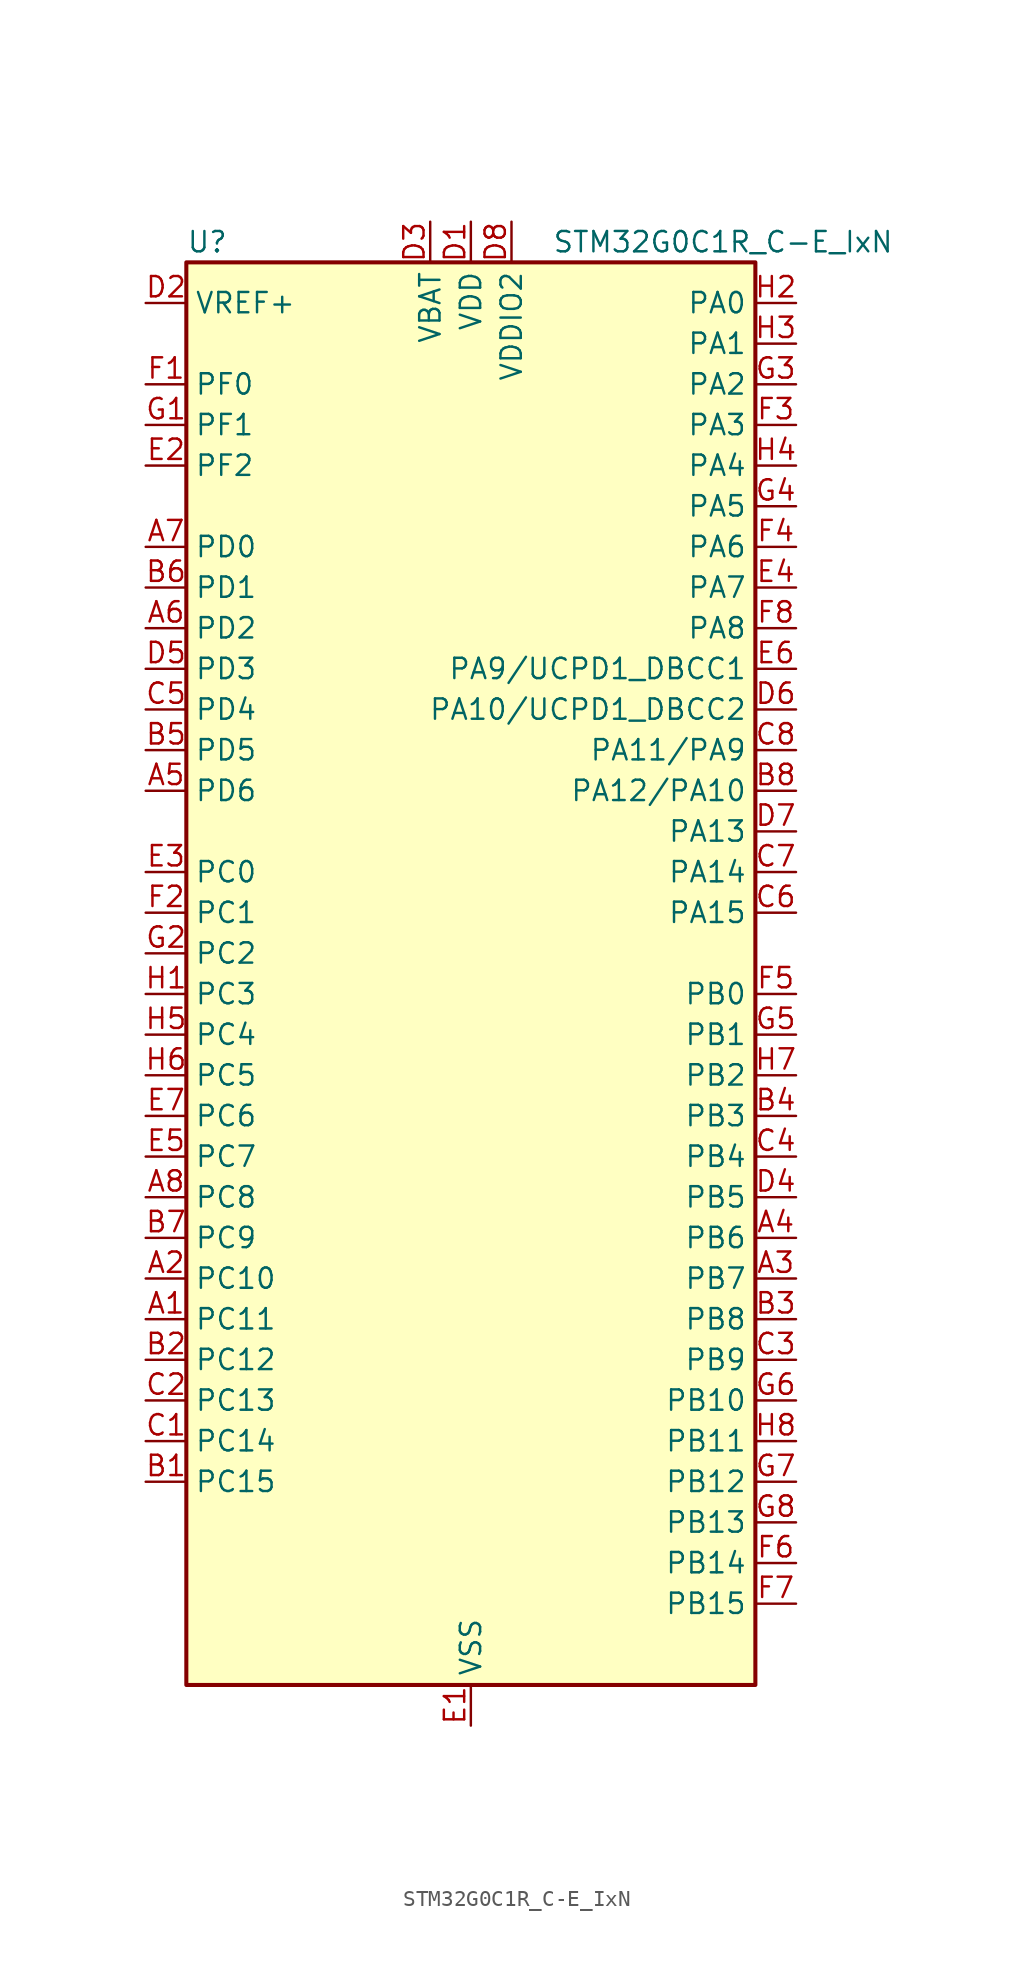
<source format=kicad_sym>
(kicad_symbol_lib
  (version 20220914)
  (generator kicad_symbol_editor)
  (symbol "STM32G0C1R_C-E_IxN"
    (property "Reference" "U"
      (at -17.78 46.99 0)
      (effects (font (size 1.27 1.27)) (justify left)))
    (property "Value" "STM32G0C1R_C-E_IxN"
      (at 5.08 46.99 0)
      (effects (font (size 1.27 1.27)) (justify left)))
    (property "ki_locked" ""
      (at 0 0 0)
      (effects (font (size 1.27 1.27))))
    (symbol "STM32G0C1R_C-E_IxN_0_1"
      (rectangle (start -17.78 -43.18) (end 17.78 45.72) (stroke (width 0.254) (type default)) (fill (type background))))
    (symbol "STM32G0C1R_C-E_IxN_1_1"
      (pin bidirectional line (at -20.32 -20.32 0) (length 2.54) (name "PC11" (effects (font (size 1.27 1.27)))) (number "A1" (effects (font (size 1.27 1.27)))) (alternate "ADC1_EXTI11" bidirectional line) (alternate "SPI3_MISO" bidirectional line) (alternate "TIM1_CH4" bidirectional line) (alternate "USART3_RX" bidirectional line) (alternate "USART4_RX" bidirectional line))
      (pin bidirectional line (at -20.32 -17.78 0) (length 2.54) (name "PC10" (effects (font (size 1.27 1.27)))) (number "A2" (effects (font (size 1.27 1.27)))) (alternate "SPI3_SCK" bidirectional line) (alternate "TIM1_CH3" bidirectional line) (alternate "USART3_TX" bidirectional line) (alternate "USART4_TX" bidirectional line))
      (pin bidirectional line (at 20.32 -17.78 180) (length 2.54) (name "PB7" (effects (font (size 1.27 1.27)))) (number "A3" (effects (font (size 1.27 1.27)))) (alternate "COMP2_INM" bidirectional line) (alternate "I2C1_SDA" bidirectional line) (alternate "I2S2_SD" bidirectional line) (alternate "LPTIM1_IN2" bidirectional line) (alternate "LPUART2_RX" bidirectional line) (alternate "SPI2_MOSI" bidirectional line) (alternate "SYS_PVD_IN" bidirectional line) (alternate "TIM17_CH1N" bidirectional line) (alternate "TIM4_CH2" bidirectional line) (alternate "USART1_RX" bidirectional line) (alternate "USART4_CTS" bidirectional line) (alternate "USART4_NSS" bidirectional line))
      (pin bidirectional line (at 20.32 -15.24 180) (length 2.54) (name "PB6" (effects (font (size 1.27 1.27)))) (number "A4" (effects (font (size 1.27 1.27)))) (alternate "COMP2_INP" bidirectional line) (alternate "FDCAN2_TX" bidirectional line) (alternate "I2C1_SCL" bidirectional line) (alternate "I2S2_MCK" bidirectional line) (alternate "LPTIM1_ETR" bidirectional line) (alternate "LPUART2_TX" bidirectional line) (alternate "SPI2_MISO" bidirectional line) (alternate "TIM16_CH1N" bidirectional line) (alternate "TIM1_CH3" bidirectional line) (alternate "TIM4_CH1" bidirectional line) (alternate "USART1_TX" bidirectional line) (alternate "USART5_CTS" bidirectional line) (alternate "USART5_NSS" bidirectional line))
      (pin bidirectional line (at -20.32 12.7 0) (length 2.54) (name "PD6" (effects (font (size 1.27 1.27)))) (number "A5" (effects (font (size 1.27 1.27)))) (alternate "I2S1_SD" bidirectional line) (alternate "LPTIM2_OUT" bidirectional line) (alternate "SPI1_MOSI" bidirectional line) (alternate "USART2_RX" bidirectional line))
      (pin bidirectional line (at -20.32 22.86 0) (length 2.54) (name "PD2" (effects (font (size 1.27 1.27)))) (number "A6" (effects (font (size 1.27 1.27)))) (alternate "TIM1_CH1N" bidirectional line) (alternate "TIM3_ETR" bidirectional line) (alternate "UCPD2_CC2" bidirectional line) (alternate "USART3_CK" bidirectional line) (alternate "USART3_DE" bidirectional line) (alternate "USART3_RTS" bidirectional line) (alternate "USART5_RX" bidirectional line))
      (pin bidirectional line (at -20.32 27.94 0) (length 2.54) (name "PD0" (effects (font (size 1.27 1.27)))) (number "A7" (effects (font (size 1.27 1.27)))) (alternate "FDCAN1_RX" bidirectional line) (alternate "I2S2_WS" bidirectional line) (alternate "SPI2_NSS" bidirectional line) (alternate "TIM16_CH1" bidirectional line) (alternate "UCPD2_CC1" bidirectional line))
      (pin bidirectional line (at -20.32 -12.7 0) (length 2.54) (name "PC8" (effects (font (size 1.27 1.27)))) (number "A8" (effects (font (size 1.27 1.27)))) (alternate "LPUART2_CTS" bidirectional line) (alternate "TIM1_CH1" bidirectional line) (alternate "TIM3_CH3" bidirectional line) (alternate "UCPD2_FRSTX1" bidirectional line) (alternate "UCPD2_FRSTX2" bidirectional line))
      (pin bidirectional line (at -20.32 -30.48 0) (length 2.54) (name "PC15" (effects (font (size 1.27 1.27)))) (number "B1" (effects (font (size 1.27 1.27)))) (alternate "RCC_OSC32_EN" bidirectional line) (alternate "RCC_OSC32_OUT" bidirectional line) (alternate "RCC_OSC_EN" bidirectional line) (alternate "TIM15_BK" bidirectional line))
      (pin bidirectional line (at -20.32 -22.86 0) (length 2.54) (name "PC12" (effects (font (size 1.27 1.27)))) (number "B2" (effects (font (size 1.27 1.27)))) (alternate "LPTIM1_IN1" bidirectional line) (alternate "SPI3_MOSI" bidirectional line) (alternate "TIM14_CH1" bidirectional line) (alternate "UCPD1_FRSTX1" bidirectional line) (alternate "UCPD1_FRSTX2" bidirectional line) (alternate "USART5_TX" bidirectional line))
      (pin bidirectional line (at 20.32 -20.32 180) (length 2.54) (name "PB8" (effects (font (size 1.27 1.27)))) (number "B3" (effects (font (size 1.27 1.27)))) (alternate "CEC" bidirectional line) (alternate "FDCAN1_RX" bidirectional line) (alternate "I2C1_SCL" bidirectional line) (alternate "I2S2_CK" bidirectional line) (alternate "SPI2_SCK" bidirectional line) (alternate "TIM15_BK" bidirectional line) (alternate "TIM16_CH1" bidirectional line) (alternate "TIM4_CH3" bidirectional line) (alternate "USART3_TX" bidirectional line) (alternate "USART6_TX" bidirectional line))
      (pin bidirectional line (at 20.32 -7.62 180) (length 2.54) (name "PB3" (effects (font (size 1.27 1.27)))) (number "B4" (effects (font (size 1.27 1.27)))) (alternate "COMP2_INM" bidirectional line) (alternate "I2C2_SCL" bidirectional line) (alternate "I2C3_SCL" bidirectional line) (alternate "I2S1_CK" bidirectional line) (alternate "SPI1_SCK" bidirectional line) (alternate "SPI3_SCK" bidirectional line) (alternate "TIM1_CH2" bidirectional line) (alternate "TIM2_CH2" bidirectional line) (alternate "USART1_CK" bidirectional line) (alternate "USART1_DE" bidirectional line) (alternate "USART1_RTS" bidirectional line) (alternate "USART5_TX" bidirectional line))
      (pin bidirectional line (at -20.32 15.24 0) (length 2.54) (name "PD5" (effects (font (size 1.27 1.27)))) (number "B5" (effects (font (size 1.27 1.27)))) (alternate "I2S1_MCK" bidirectional line) (alternate "SPI1_MISO" bidirectional line) (alternate "TIM1_BK" bidirectional line) (alternate "USART2_TX" bidirectional line) (alternate "USART5_CTS" bidirectional line) (alternate "USART5_NSS" bidirectional line))
      (pin bidirectional line (at -20.32 25.4 0) (length 2.54) (name "PD1" (effects (font (size 1.27 1.27)))) (number "B6" (effects (font (size 1.27 1.27)))) (alternate "FDCAN1_TX" bidirectional line) (alternate "I2S2_CK" bidirectional line) (alternate "SPI2_SCK" bidirectional line) (alternate "TIM17_CH1" bidirectional line) (alternate "UCPD2_DBCC1" bidirectional line))
      (pin bidirectional line (at -20.32 -15.24 0) (length 2.54) (name "PC9" (effects (font (size 1.27 1.27)))) (number "B7" (effects (font (size 1.27 1.27)))) (alternate "DAC1_EXTI9" bidirectional line) (alternate "I2S_CKIN" bidirectional line) (alternate "LPUART2_DE" bidirectional line) (alternate "LPUART2_RTS" bidirectional line) (alternate "TIM1_CH2" bidirectional line) (alternate "TIM3_CH4" bidirectional line) (alternate "USB_NOE" bidirectional line))
      (pin bidirectional line (at 20.32 12.7 180) (length 2.54) (name "PA12/PA10" (effects (font (size 1.27 1.27)))) (number "B8" (effects (font (size 1.27 1.27)))) (alternate "COMP2_OUT" bidirectional line) (alternate "FDCAN1_TX" bidirectional line) (alternate "I2C2_SDA" bidirectional line) (alternate "I2S1_SD" bidirectional line) (alternate "I2S_CKIN" bidirectional line) (alternate "SPI1_MOSI" bidirectional line) (alternate "TIM1_ETR" bidirectional line) (alternate "USART1_CK" bidirectional line) (alternate "USART1_DE" bidirectional line) (alternate "USART1_RTS" bidirectional line) (alternate "USB_DP" bidirectional line))
      (pin bidirectional line (at -20.32 -27.94 0) (length 2.54) (name "PC14" (effects (font (size 1.27 1.27)))) (number "C1" (effects (font (size 1.27 1.27)))) (alternate "RCC_OSC32_IN" bidirectional line) (alternate "TIM1_BK2" bidirectional line))
      (pin bidirectional line (at -20.32 -25.4 0) (length 2.54) (name "PC13" (effects (font (size 1.27 1.27)))) (number "C2" (effects (font (size 1.27 1.27)))) (alternate "RTC_OUT1" bidirectional line) (alternate "RTC_TAMP_IN1" bidirectional line) (alternate "RTC_TS" bidirectional line) (alternate "SYS_WKUP2" bidirectional line) (alternate "TIM1_BK" bidirectional line))
      (pin bidirectional line (at 20.32 -22.86 180) (length 2.54) (name "PB9" (effects (font (size 1.27 1.27)))) (number "C3" (effects (font (size 1.27 1.27)))) (alternate "DAC1_EXTI9" bidirectional line) (alternate "FDCAN1_TX" bidirectional line) (alternate "I2C1_SDA" bidirectional line) (alternate "I2S2_WS" bidirectional line) (alternate "IR_OUT" bidirectional line) (alternate "SPI2_NSS" bidirectional line) (alternate "TIM17_CH1" bidirectional line) (alternate "TIM4_CH4" bidirectional line) (alternate "UCPD2_FRSTX1" bidirectional line) (alternate "UCPD2_FRSTX2" bidirectional line) (alternate "USART3_RX" bidirectional line) (alternate "USART6_RX" bidirectional line))
      (pin bidirectional line (at 20.32 -10.16 180) (length 2.54) (name "PB4" (effects (font (size 1.27 1.27)))) (number "C4" (effects (font (size 1.27 1.27)))) (alternate "COMP2_INP" bidirectional line) (alternate "I2C2_SDA" bidirectional line) (alternate "I2C3_SDA" bidirectional line) (alternate "I2S1_MCK" bidirectional line) (alternate "SPI1_MISO" bidirectional line) (alternate "SPI3_MISO" bidirectional line) (alternate "TIM17_BK" bidirectional line) (alternate "TIM3_CH1" bidirectional line) (alternate "USART1_CTS" bidirectional line) (alternate "USART1_NSS" bidirectional line) (alternate "USART5_RX" bidirectional line))
      (pin bidirectional line (at -20.32 17.78 0) (length 2.54) (name "PD4" (effects (font (size 1.27 1.27)))) (number "C5" (effects (font (size 1.27 1.27)))) (alternate "I2S2_SD" bidirectional line) (alternate "SPI2_MOSI" bidirectional line) (alternate "TIM1_CH3N" bidirectional line) (alternate "USART2_CK" bidirectional line) (alternate "USART2_DE" bidirectional line) (alternate "USART2_RTS" bidirectional line) (alternate "USART5_CK" bidirectional line) (alternate "USART5_DE" bidirectional line) (alternate "USART5_RTS" bidirectional line))
      (pin bidirectional line (at 20.32 5.08 180) (length 2.54) (name "PA15" (effects (font (size 1.27 1.27)))) (number "C6" (effects (font (size 1.27 1.27)))) (alternate "I2C2_SMBA" bidirectional line) (alternate "I2S1_WS" bidirectional line) (alternate "RCC_MCO_2" bidirectional line) (alternate "SPI1_NSS" bidirectional line) (alternate "SPI3_NSS" bidirectional line) (alternate "TIM2_CH1" bidirectional line) (alternate "TIM2_ETR" bidirectional line) (alternate "USART2_RX" bidirectional line) (alternate "USART3_CK" bidirectional line) (alternate "USART3_DE" bidirectional line) (alternate "USART3_RTS" bidirectional line) (alternate "USART4_CK" bidirectional line) (alternate "USART4_DE" bidirectional line) (alternate "USART4_RTS" bidirectional line) (alternate "USB_NOE" bidirectional line))
      (pin bidirectional line (at 20.32 7.62 180) (length 2.54) (name "PA14" (effects (font (size 1.27 1.27)))) (number "C7" (effects (font (size 1.27 1.27)))) (alternate "LPUART2_TX" bidirectional line) (alternate "SYS_SWCLK" bidirectional line) (alternate "USART2_TX" bidirectional line))
      (pin bidirectional line (at 20.32 15.24 180) (length 2.54) (name "PA11/PA9" (effects (font (size 1.27 1.27)))) (number "C8" (effects (font (size 1.27 1.27)))) (alternate "ADC1_EXTI11" bidirectional line) (alternate "COMP1_OUT" bidirectional line) (alternate "FDCAN1_RX" bidirectional line) (alternate "I2C2_SCL" bidirectional line) (alternate "I2S1_MCK" bidirectional line) (alternate "SPI1_MISO" bidirectional line) (alternate "TIM1_BK2" bidirectional line) (alternate "TIM1_CH4" bidirectional line) (alternate "USART1_CTS" bidirectional line) (alternate "USART1_NSS" bidirectional line) (alternate "USB_DM" bidirectional line))
      (pin power_in line (at 0 48.26 270) (length 2.54) (name "VDD" (effects (font (size 1.27 1.27)))) (number "D1" (effects (font (size 1.27 1.27)))))
      (pin input line (at -20.32 43.18 0) (length 2.54) (name "VREF+" (effects (font (size 1.27 1.27)))) (number "D2" (effects (font (size 1.27 1.27)))) (alternate "VREFBUF_OUT" bidirectional line))
      (pin power_in line (at -2.54 48.26 270) (length 2.54) (name "VBAT" (effects (font (size 1.27 1.27)))) (number "D3" (effects (font (size 1.27 1.27)))))
      (pin bidirectional line (at 20.32 -12.7 180) (length 2.54) (name "PB5" (effects (font (size 1.27 1.27)))) (number "D4" (effects (font (size 1.27 1.27)))) (alternate "COMP2_OUT" bidirectional line) (alternate "FDCAN2_RX" bidirectional line) (alternate "I2C1_SMBA" bidirectional line) (alternate "I2S1_SD" bidirectional line) (alternate "LPTIM1_IN1" bidirectional line) (alternate "SPI1_MOSI" bidirectional line) (alternate "SPI3_MOSI" bidirectional line) (alternate "SYS_WKUP6" bidirectional line) (alternate "TIM16_BK" bidirectional line) (alternate "TIM3_CH2" bidirectional line) (alternate "USART5_CK" bidirectional line) (alternate "USART5_DE" bidirectional line) (alternate "USART5_RTS" bidirectional line))
      (pin bidirectional line (at -20.32 20.32 0) (length 2.54) (name "PD3" (effects (font (size 1.27 1.27)))) (number "D5" (effects (font (size 1.27 1.27)))) (alternate "I2S2_MCK" bidirectional line) (alternate "SPI2_MISO" bidirectional line) (alternate "TIM1_CH2N" bidirectional line) (alternate "UCPD2_DBCC2" bidirectional line) (alternate "USART2_CTS" bidirectional line) (alternate "USART2_NSS" bidirectional line) (alternate "USART5_TX" bidirectional line))
      (pin bidirectional line (at 20.32 17.78 180) (length 2.54) (name "PA10/UCPD1_DBCC2" (effects (font (size 1.27 1.27)))) (number "D6" (effects (font (size 1.27 1.27)))) (alternate "I2C1_SDA" bidirectional line) (alternate "I2C2_SDA" bidirectional line) (alternate "I2S2_SD" bidirectional line) (alternate "RCC_MCO_2" bidirectional line) (alternate "SPI2_MOSI" bidirectional line) (alternate "TIM17_BK" bidirectional line) (alternate "TIM1_CH3" bidirectional line) (alternate "UCPD1_DBCC2" bidirectional line) (alternate "USART1_RX" bidirectional line))
      (pin bidirectional line (at 20.32 10.16 180) (length 2.54) (name "PA13" (effects (font (size 1.27 1.27)))) (number "D7" (effects (font (size 1.27 1.27)))) (alternate "IR_OUT" bidirectional line) (alternate "LPUART2_RX" bidirectional line) (alternate "SYS_SWDIO" bidirectional line) (alternate "USB_NOE" bidirectional line))
      (pin power_in line (at 2.54 48.26 270) (length 2.54) (name "VDDIO2" (effects (font (size 1.27 1.27)))) (number "D8" (effects (font (size 1.27 1.27)))))
      (pin power_in line (at 0 -45.72 90) (length 2.54) (name "VSS" (effects (font (size 1.27 1.27)))) (number "E1" (effects (font (size 1.27 1.27)))))
      (pin bidirectional line (at -20.32 33.02 0) (length 2.54) (name "PF2" (effects (font (size 1.27 1.27)))) (number "E2" (effects (font (size 1.27 1.27)))) (alternate "LPUART2_DE" bidirectional line) (alternate "LPUART2_RTS" bidirectional line) (alternate "LPUART2_TX" bidirectional line) (alternate "RCC_MCO" bidirectional line))
      (pin bidirectional line (at -20.32 7.62 0) (length 2.54) (name "PC0" (effects (font (size 1.27 1.27)))) (number "E3" (effects (font (size 1.27 1.27)))) (alternate "COMP3_INM" bidirectional line) (alternate "COMP3_OUT" bidirectional line) (alternate "I2C3_SCL" bidirectional line) (alternate "LPTIM1_IN1" bidirectional line) (alternate "LPTIM2_IN1" bidirectional line) (alternate "LPUART1_RX" bidirectional line) (alternate "LPUART2_TX" bidirectional line) (alternate "USART6_TX" bidirectional line))
      (pin bidirectional line (at 20.32 25.4 180) (length 2.54) (name "PA7" (effects (font (size 1.27 1.27)))) (number "E4" (effects (font (size 1.27 1.27)))) (alternate "ADC1_IN7" bidirectional line) (alternate "COMP2_OUT" bidirectional line) (alternate "I2C2_SCL" bidirectional line) (alternate "I2C3_SCL" bidirectional line) (alternate "I2S1_SD" bidirectional line) (alternate "SPI1_MOSI" bidirectional line) (alternate "TIM14_CH1" bidirectional line) (alternate "TIM17_CH1" bidirectional line) (alternate "TIM1_CH1N" bidirectional line) (alternate "TIM3_CH2" bidirectional line) (alternate "UCPD1_FRSTX1" bidirectional line) (alternate "UCPD1_FRSTX2" bidirectional line) (alternate "USART6_CK" bidirectional line) (alternate "USART6_DE" bidirectional line) (alternate "USART6_RTS" bidirectional line))
      (pin bidirectional line (at -20.32 -10.16 0) (length 2.54) (name "PC7" (effects (font (size 1.27 1.27)))) (number "E5" (effects (font (size 1.27 1.27)))) (alternate "LPUART2_RX" bidirectional line) (alternate "TIM2_CH4" bidirectional line) (alternate "TIM3_CH2" bidirectional line) (alternate "UCPD2_FRSTX1" bidirectional line) (alternate "UCPD2_FRSTX2" bidirectional line))
      (pin bidirectional line (at 20.32 20.32 180) (length 2.54) (name "PA9/UCPD1_DBCC1" (effects (font (size 1.27 1.27)))) (number "E6" (effects (font (size 1.27 1.27)))) (alternate "DAC1_EXTI9" bidirectional line) (alternate "I2C1_SCL" bidirectional line) (alternate "I2C2_SCL" bidirectional line) (alternate "I2S2_MCK" bidirectional line) (alternate "RCC_MCO" bidirectional line) (alternate "SPI2_MISO" bidirectional line) (alternate "TIM15_BK" bidirectional line) (alternate "TIM1_CH2" bidirectional line) (alternate "UCPD1_DBCC1" bidirectional line) (alternate "USART1_TX" bidirectional line))
      (pin bidirectional line (at -20.32 -7.62 0) (length 2.54) (name "PC6" (effects (font (size 1.27 1.27)))) (number "E7" (effects (font (size 1.27 1.27)))) (alternate "LPUART2_TX" bidirectional line) (alternate "TIM2_CH3" bidirectional line) (alternate "TIM3_CH1" bidirectional line) (alternate "UCPD1_FRSTX1" bidirectional line) (alternate "UCPD1_FRSTX2" bidirectional line))
      (pin passive line (at 0 -45.72 90) (length 2.54) hide (name "VSS" (effects (font (size 1.27 1.27)))) (number "E8" (effects (font (size 1.27 1.27)))))
      (pin bidirectional line (at -20.32 38.1 0) (length 2.54) (name "PF0" (effects (font (size 1.27 1.27)))) (number "F1" (effects (font (size 1.27 1.27)))) (alternate "CRS1_SYNC" bidirectional line) (alternate "RCC_OSC_IN" bidirectional line) (alternate "TIM14_CH1" bidirectional line))
      (pin bidirectional line (at -20.32 5.08 0) (length 2.54) (name "PC1" (effects (font (size 1.27 1.27)))) (number "F2" (effects (font (size 1.27 1.27)))) (alternate "COMP3_INP" bidirectional line) (alternate "I2C3_SDA" bidirectional line) (alternate "LPTIM1_OUT" bidirectional line) (alternate "LPUART1_TX" bidirectional line) (alternate "LPUART2_RX" bidirectional line) (alternate "TIM15_CH1" bidirectional line) (alternate "USART6_RX" bidirectional line))
      (pin bidirectional line (at 20.32 35.56 180) (length 2.54) (name "PA3" (effects (font (size 1.27 1.27)))) (number "F3" (effects (font (size 1.27 1.27)))) (alternate "ADC1_IN3" bidirectional line) (alternate "COMP2_INP" bidirectional line) (alternate "I2S2_MCK" bidirectional line) (alternate "LPUART1_RX" bidirectional line) (alternate "SPI2_MISO" bidirectional line) (alternate "TIM15_CH2" bidirectional line) (alternate "TIM2_CH4" bidirectional line) (alternate "UCPD2_FRSTX1" bidirectional line) (alternate "UCPD2_FRSTX2" bidirectional line) (alternate "USART2_RX" bidirectional line))
      (pin bidirectional line (at 20.32 27.94 180) (length 2.54) (name "PA6" (effects (font (size 1.27 1.27)))) (number "F4" (effects (font (size 1.27 1.27)))) (alternate "ADC1_IN6" bidirectional line) (alternate "COMP1_OUT" bidirectional line) (alternate "I2C2_SDA" bidirectional line) (alternate "I2C3_SDA" bidirectional line) (alternate "I2S1_MCK" bidirectional line) (alternate "LPUART1_CTS" bidirectional line) (alternate "SPI1_MISO" bidirectional line) (alternate "TIM16_CH1" bidirectional line) (alternate "TIM1_BK" bidirectional line) (alternate "TIM3_CH1" bidirectional line) (alternate "USART3_CTS" bidirectional line) (alternate "USART3_NSS" bidirectional line) (alternate "USART6_CTS" bidirectional line) (alternate "USART6_NSS" bidirectional line))
      (pin bidirectional line (at 20.32 0 180) (length 2.54) (name "PB0" (effects (font (size 1.27 1.27)))) (number "F5" (effects (font (size 1.27 1.27)))) (alternate "ADC1_IN8" bidirectional line) (alternate "COMP1_OUT" bidirectional line) (alternate "COMP3_INP" bidirectional line) (alternate "FDCAN2_RX" bidirectional line) (alternate "I2S1_WS" bidirectional line) (alternate "LPTIM1_OUT" bidirectional line) (alternate "LPUART2_CTS" bidirectional line) (alternate "SPI1_NSS" bidirectional line) (alternate "TIM1_CH2N" bidirectional line) (alternate "TIM3_CH3" bidirectional line) (alternate "UCPD1_FRSTX1" bidirectional line) (alternate "UCPD1_FRSTX2" bidirectional line) (alternate "USART3_RX" bidirectional line) (alternate "USART5_TX" bidirectional line))
      (pin bidirectional line (at 20.32 -35.56 180) (length 2.54) (name "PB14" (effects (font (size 1.27 1.27)))) (number "F6" (effects (font (size 1.27 1.27)))) (alternate "I2C2_SDA" bidirectional line) (alternate "I2S2_MCK" bidirectional line) (alternate "SPI2_MISO" bidirectional line) (alternate "TIM15_CH1" bidirectional line) (alternate "TIM1_CH2N" bidirectional line) (alternate "UCPD1_FRSTX1" bidirectional line) (alternate "UCPD1_FRSTX2" bidirectional line) (alternate "USART3_CK" bidirectional line) (alternate "USART3_DE" bidirectional line) (alternate "USART3_RTS" bidirectional line) (alternate "USART6_CK" bidirectional line) (alternate "USART6_DE" bidirectional line) (alternate "USART6_RTS" bidirectional line))
      (pin bidirectional line (at 20.32 -38.1 180) (length 2.54) (name "PB15" (effects (font (size 1.27 1.27)))) (number "F7" (effects (font (size 1.27 1.27)))) (alternate "I2S2_SD" bidirectional line) (alternate "RTC_REFIN" bidirectional line) (alternate "SPI2_MOSI" bidirectional line) (alternate "TIM15_CH1N" bidirectional line) (alternate "TIM15_CH2" bidirectional line) (alternate "TIM1_CH3N" bidirectional line) (alternate "UCPD1_CC2" bidirectional line) (alternate "USART6_CTS" bidirectional line) (alternate "USART6_NSS" bidirectional line))
      (pin bidirectional line (at 20.32 22.86 180) (length 2.54) (name "PA8" (effects (font (size 1.27 1.27)))) (number "F8" (effects (font (size 1.27 1.27)))) (alternate "CRS1_SYNC" bidirectional line) (alternate "I2C2_SMBA" bidirectional line) (alternate "I2S2_WS" bidirectional line) (alternate "LPTIM2_OUT" bidirectional line) (alternate "RCC_MCO" bidirectional line) (alternate "SPI2_NSS" bidirectional line) (alternate "TIM1_CH1" bidirectional line) (alternate "UCPD1_CC1" bidirectional line))
      (pin bidirectional line (at -20.32 35.56 0) (length 2.54) (name "PF1" (effects (font (size 1.27 1.27)))) (number "G1" (effects (font (size 1.27 1.27)))) (alternate "RCC_OSC_EN" bidirectional line) (alternate "RCC_OSC_OUT" bidirectional line) (alternate "TIM15_CH1N" bidirectional line))
      (pin bidirectional line (at -20.32 2.54 0) (length 2.54) (name "PC2" (effects (font (size 1.27 1.27)))) (number "G2" (effects (font (size 1.27 1.27)))) (alternate "COMP3_OUT" bidirectional line) (alternate "FDCAN2_RX" bidirectional line) (alternate "I2S2_MCK" bidirectional line) (alternate "LPTIM1_IN2" bidirectional line) (alternate "SPI2_MISO" bidirectional line) (alternate "TIM15_CH2" bidirectional line))
      (pin bidirectional line (at 20.32 38.1 180) (length 2.54) (name "PA2" (effects (font (size 1.27 1.27)))) (number "G3" (effects (font (size 1.27 1.27)))) (alternate "ADC1_IN2" bidirectional line) (alternate "COMP2_INM" bidirectional line) (alternate "COMP2_OUT" bidirectional line) (alternate "I2S1_SD" bidirectional line) (alternate "LPUART1_TX" bidirectional line) (alternate "RCC_LSCO" bidirectional line) (alternate "SPI1_MOSI" bidirectional line) (alternate "SYS_WKUP4" bidirectional line) (alternate "TIM15_CH1" bidirectional line) (alternate "TIM2_CH3" bidirectional line) (alternate "UCPD1_FRSTX1" bidirectional line) (alternate "UCPD1_FRSTX2" bidirectional line) (alternate "USART2_TX" bidirectional line))
      (pin bidirectional line (at 20.32 30.48 180) (length 2.54) (name "PA5" (effects (font (size 1.27 1.27)))) (number "G4" (effects (font (size 1.27 1.27)))) (alternate "ADC1_IN5" bidirectional line) (alternate "CEC" bidirectional line) (alternate "DAC1_OUT2" bidirectional line) (alternate "I2S1_CK" bidirectional line) (alternate "LPTIM2_ETR" bidirectional line) (alternate "SPI1_SCK" bidirectional line) (alternate "TIM2_CH1" bidirectional line) (alternate "TIM2_ETR" bidirectional line) (alternate "UCPD1_FRSTX1" bidirectional line) (alternate "UCPD1_FRSTX2" bidirectional line) (alternate "USART3_TX" bidirectional line) (alternate "USART6_RX" bidirectional line))
      (pin bidirectional line (at 20.32 -2.54 180) (length 2.54) (name "PB1" (effects (font (size 1.27 1.27)))) (number "G5" (effects (font (size 1.27 1.27)))) (alternate "ADC1_IN9" bidirectional line) (alternate "COMP1_INM" bidirectional line) (alternate "COMP3_OUT" bidirectional line) (alternate "FDCAN2_TX" bidirectional line) (alternate "LPTIM2_IN1" bidirectional line) (alternate "LPUART1_DE" bidirectional line) (alternate "LPUART1_RTS" bidirectional line) (alternate "LPUART2_DE" bidirectional line) (alternate "LPUART2_RTS" bidirectional line) (alternate "TIM14_CH1" bidirectional line) (alternate "TIM1_CH3N" bidirectional line) (alternate "TIM3_CH4" bidirectional line) (alternate "USART3_CK" bidirectional line) (alternate "USART3_DE" bidirectional line) (alternate "USART3_RTS" bidirectional line) (alternate "USART5_RX" bidirectional line))
      (pin bidirectional line (at 20.32 -25.4 180) (length 2.54) (name "PB10" (effects (font (size 1.27 1.27)))) (number "G6" (effects (font (size 1.27 1.27)))) (alternate "ADC1_IN11" bidirectional line) (alternate "CEC" bidirectional line) (alternate "COMP1_OUT" bidirectional line) (alternate "I2C2_SCL" bidirectional line) (alternate "I2S2_CK" bidirectional line) (alternate "LPUART1_RX" bidirectional line) (alternate "SPI2_SCK" bidirectional line) (alternate "TIM2_CH3" bidirectional line) (alternate "USART3_TX" bidirectional line))
      (pin bidirectional line (at 20.32 -30.48 180) (length 2.54) (name "PB12" (effects (font (size 1.27 1.27)))) (number "G7" (effects (font (size 1.27 1.27)))) (alternate "ADC1_IN16" bidirectional line) (alternate "FDCAN2_RX" bidirectional line) (alternate "I2C2_SMBA" bidirectional line) (alternate "I2S2_WS" bidirectional line) (alternate "LPUART1_DE" bidirectional line) (alternate "LPUART1_RTS" bidirectional line) (alternate "SPI2_NSS" bidirectional line) (alternate "TIM15_BK" bidirectional line) (alternate "TIM1_BK" bidirectional line) (alternate "UCPD2_FRSTX1" bidirectional line) (alternate "UCPD2_FRSTX2" bidirectional line))
      (pin bidirectional line (at 20.32 -33.02 180) (length 2.54) (name "PB13" (effects (font (size 1.27 1.27)))) (number "G8" (effects (font (size 1.27 1.27)))) (alternate "FDCAN2_TX" bidirectional line) (alternate "I2C2_SCL" bidirectional line) (alternate "I2S2_CK" bidirectional line) (alternate "LPUART1_CTS" bidirectional line) (alternate "SPI2_SCK" bidirectional line) (alternate "TIM15_CH1N" bidirectional line) (alternate "TIM1_CH1N" bidirectional line) (alternate "USART3_CTS" bidirectional line) (alternate "USART3_NSS" bidirectional line))
      (pin bidirectional line (at -20.32 0 0) (length 2.54) (name "PC3" (effects (font (size 1.27 1.27)))) (number "H1" (effects (font (size 1.27 1.27)))) (alternate "FDCAN2_TX" bidirectional line) (alternate "I2S2_SD" bidirectional line) (alternate "LPTIM1_ETR" bidirectional line) (alternate "LPTIM2_ETR" bidirectional line) (alternate "SPI2_MOSI" bidirectional line))
      (pin bidirectional line (at 20.32 43.18 180) (length 2.54) (name "PA0" (effects (font (size 1.27 1.27)))) (number "H2" (effects (font (size 1.27 1.27)))) (alternate "ADC1_IN0" bidirectional line) (alternate "COMP1_INM" bidirectional line) (alternate "COMP1_OUT" bidirectional line) (alternate "I2S2_CK" bidirectional line) (alternate "LPTIM1_OUT" bidirectional line) (alternate "RTC_TAMP_IN2" bidirectional line) (alternate "SPI2_SCK" bidirectional line) (alternate "SYS_WKUP1" bidirectional line) (alternate "TIM2_CH1" bidirectional line) (alternate "TIM2_ETR" bidirectional line) (alternate "UCPD2_FRSTX1" bidirectional line) (alternate "UCPD2_FRSTX2" bidirectional line) (alternate "USART2_CTS" bidirectional line) (alternate "USART2_NSS" bidirectional line) (alternate "USART4_TX" bidirectional line))
      (pin bidirectional line (at 20.32 40.64 180) (length 2.54) (name "PA1" (effects (font (size 1.27 1.27)))) (number "H3" (effects (font (size 1.27 1.27)))) (alternate "ADC1_IN1" bidirectional line) (alternate "COMP1_INP" bidirectional line) (alternate "I2C1_SMBA" bidirectional line) (alternate "I2S1_CK" bidirectional line) (alternate "SPI1_SCK" bidirectional line) (alternate "TIM15_CH1N" bidirectional line) (alternate "TIM2_CH2" bidirectional line) (alternate "USART2_CK" bidirectional line) (alternate "USART2_DE" bidirectional line) (alternate "USART2_RTS" bidirectional line) (alternate "USART4_RX" bidirectional line))
      (pin bidirectional line (at 20.32 33.02 180) (length 2.54) (name "PA4" (effects (font (size 1.27 1.27)))) (number "H4" (effects (font (size 1.27 1.27)))) (alternate "ADC1_IN4" bidirectional line) (alternate "DAC1_OUT1" bidirectional line) (alternate "I2S1_WS" bidirectional line) (alternate "I2S2_SD" bidirectional line) (alternate "LPTIM2_OUT" bidirectional line) (alternate "RTC_OUT2" bidirectional line) (alternate "SPI1_NSS" bidirectional line) (alternate "SPI2_MOSI" bidirectional line) (alternate "SPI3_NSS" bidirectional line) (alternate "TIM14_CH1" bidirectional line) (alternate "UCPD2_FRSTX1" bidirectional line) (alternate "UCPD2_FRSTX2" bidirectional line) (alternate "USART6_TX" bidirectional line) (alternate "USB_NOE" bidirectional line))
      (pin bidirectional line (at -20.32 -2.54 0) (length 2.54) (name "PC4" (effects (font (size 1.27 1.27)))) (number "H5" (effects (font (size 1.27 1.27)))) (alternate "ADC1_IN17" bidirectional line) (alternate "COMP1_INM" bidirectional line) (alternate "FDCAN1_RX" bidirectional line) (alternate "TIM2_CH1" bidirectional line) (alternate "TIM2_ETR" bidirectional line) (alternate "USART1_TX" bidirectional line) (alternate "USART3_TX" bidirectional line))
      (pin bidirectional line (at -20.32 -5.08 0) (length 2.54) (name "PC5" (effects (font (size 1.27 1.27)))) (number "H6" (effects (font (size 1.27 1.27)))) (alternate "ADC1_IN18" bidirectional line) (alternate "COMP1_INP" bidirectional line) (alternate "FDCAN1_TX" bidirectional line) (alternate "SYS_WKUP5" bidirectional line) (alternate "TIM2_CH2" bidirectional line) (alternate "USART1_RX" bidirectional line) (alternate "USART3_RX" bidirectional line))
      (pin bidirectional line (at 20.32 -5.08 180) (length 2.54) (name "PB2" (effects (font (size 1.27 1.27)))) (number "H7" (effects (font (size 1.27 1.27)))) (alternate "ADC1_IN10" bidirectional line) (alternate "COMP1_INP" bidirectional line) (alternate "COMP3_INM" bidirectional line) (alternate "I2S2_MCK" bidirectional line) (alternate "LPTIM1_OUT" bidirectional line) (alternate "RCC_MCO_2" bidirectional line) (alternate "SPI2_MISO" bidirectional line) (alternate "USART3_TX" bidirectional line))
      (pin bidirectional line (at 20.32 -27.94 180) (length 2.54) (name "PB11" (effects (font (size 1.27 1.27)))) (number "H8" (effects (font (size 1.27 1.27)))) (alternate "ADC1_EXTI11" bidirectional line) (alternate "ADC1_IN15" bidirectional line) (alternate "COMP2_OUT" bidirectional line) (alternate "I2C2_SDA" bidirectional line) (alternate "I2S2_SD" bidirectional line) (alternate "LPUART1_TX" bidirectional line) (alternate "SPI2_MOSI" bidirectional line) (alternate "TIM2_CH4" bidirectional line) (alternate "USART3_RX" bidirectional line)))))
</source>
